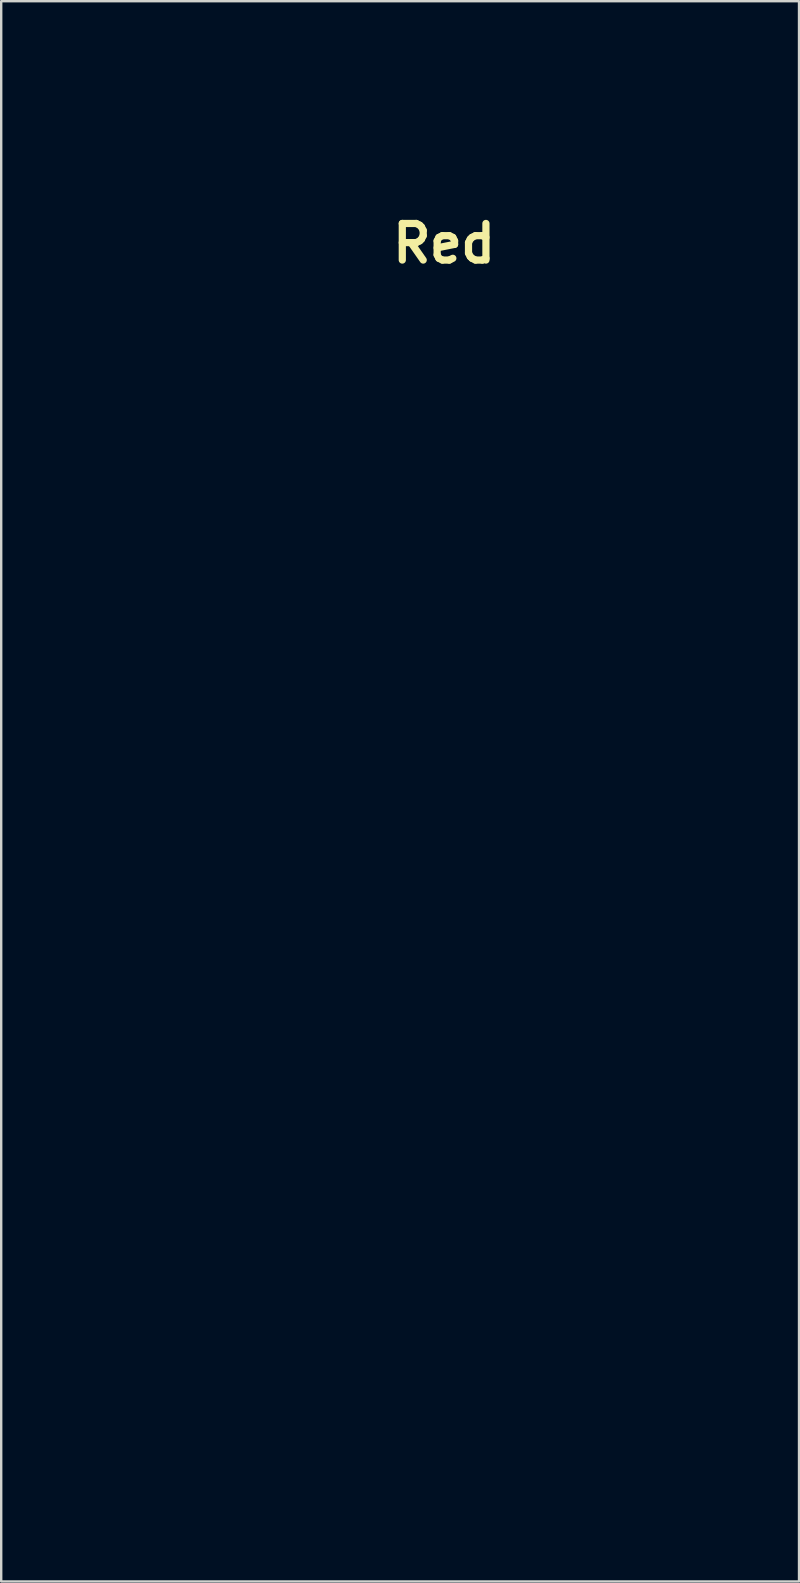
<source format=kicad_pcb>
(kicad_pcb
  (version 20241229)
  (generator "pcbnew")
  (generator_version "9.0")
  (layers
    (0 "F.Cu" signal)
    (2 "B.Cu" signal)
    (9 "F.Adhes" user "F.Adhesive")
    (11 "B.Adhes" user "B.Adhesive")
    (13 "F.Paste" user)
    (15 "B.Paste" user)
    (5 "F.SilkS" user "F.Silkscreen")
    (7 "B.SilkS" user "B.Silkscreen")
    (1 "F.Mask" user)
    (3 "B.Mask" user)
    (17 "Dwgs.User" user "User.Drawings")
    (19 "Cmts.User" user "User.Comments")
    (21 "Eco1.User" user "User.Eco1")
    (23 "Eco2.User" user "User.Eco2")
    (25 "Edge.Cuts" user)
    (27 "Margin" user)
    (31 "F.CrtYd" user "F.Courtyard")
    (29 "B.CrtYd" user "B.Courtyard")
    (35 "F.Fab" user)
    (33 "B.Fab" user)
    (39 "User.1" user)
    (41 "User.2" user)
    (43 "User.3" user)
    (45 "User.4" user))
  (footprint "Red"
    (layer "F.Cu")
    (at 15.45 7.093)
    (property "Reference" "Red" (at 0 0 0) (layer "F.SilkS") (effects (font (size 1.524 1.524) (thickness 0.3))))
    (attr through_hole)
    (fp_poly (pts (xy 8.411 -6.914) (xy 8.861 -6.73) (xy 9.322 -6.419) (xy 9.801 -6.005) (xy 10.535 -5.415) (xy 11.283 -4.998) (xy 11.732 -4.829) (xy 11.779 -4.78) (xy 11.708 -4.692) (xy 11.501 -4.549) (xy 11.141 -4.341) (xy 10.817 -4.164) (xy 10.386 -3.934) (xy 10.02 -3.745) (xy 9.756 -3.614) (xy 9.629 -3.56) (xy 9.627 -3.56) (xy 9.581 -3.648) (xy 9.553 -3.875) (xy 9.55 -3.998) (xy 9.461 -4.509) (xy 9.189 -4.943) (xy 8.729 -5.307) (xy 8.541 -5.41) (xy 7.92 -5.633) (xy 7.312 -5.684) (xy 6.746 -5.576) (xy 6.251 -5.322) (xy 5.856 -4.937) (xy 5.591 -4.433) (xy 5.498 -4.013) (xy 5.436 -3.458) (xy 4.928 -3.749) (xy 4.608 -3.95) (xy 4.338 -4.151) (xy 4.227 -4.254) (xy 4.12 -4.388) (xy 4.099 -4.505) (xy 4.174 -4.671) (xy 4.322 -4.901) (xy 4.675 -5.373) (xy 5.103 -5.851) (xy 5.551 -6.281) (xy 5.966 -6.608) (xy 6.083 -6.682) (xy 6.402 -6.837) (xy 6.758 -6.931) (xy 7.227 -6.984) (xy 7.33 -6.99) (xy 7.919 -6.994) (xy 8.411 -6.914)) (stroke (width 0.01) (type solid)) (fill yes) (layer "F.Mask"))
    (fp_poly (pts (xy -10.748 -7.068) (xy -10.125 -6.91) (xy -9.539 -6.599) (xy -8.967 -6.123) (xy -8.384 -5.468) (xy -8.14 -5.149) (xy -7.917 -4.84) (xy -7.803 -4.645) (xy -7.78 -4.52) (xy -7.834 -4.415) (xy -7.88 -4.362) (xy -8.046 -4.215) (xy -8.302 -4.023) (xy -8.591 -3.825) (xy -8.855 -3.66) (xy -9.039 -3.565) (xy -9.077 -3.556) (xy -9.121 -3.645) (xy -9.143 -3.866) (xy -9.144 -3.915) (xy -9.239 -4.46) (xy -9.504 -4.948) (xy -9.905 -5.351) (xy -10.411 -5.638) (xy -10.99 -5.781) (xy -11.189 -5.791) (xy -11.563 -5.735) (xy -12.009 -5.588) (xy -12.438 -5.384) (xy -12.618 -5.269) (xy -12.876 -5.009) (xy -13.095 -4.657) (xy -13.239 -4.284) (xy -13.276 -3.961) (xy -13.266 -3.903) (xy -13.256 -3.709) (xy -13.318 -3.658) (xy -13.448 -3.703) (xy -13.716 -3.828) (xy -14.084 -4.012) (xy -14.507 -4.234) (xy -14.957 -4.478) (xy -15.248 -4.647) (xy -15.403 -4.758) (xy -15.445 -4.831) (xy -15.395 -4.883) (xy -15.335 -4.91) (xy -14.722 -5.18) (xy -14.227 -5.465) (xy -13.769 -5.816) (xy -13.503 -6.056) (xy -13.035 -6.472) (xy -12.644 -6.758) (xy -12.276 -6.938) (xy -11.88 -7.04) (xy -11.43 -7.088) (xy -10.748 -7.068)) (stroke (width 0.01) (type solid)) (fill yes) (layer "F.Mask"))
    (fp_poly (pts (xy -6.134 9.984) (xy -5.89 10.055) (xy -5.552 10.168) (xy -5.466 10.199) (xy -4.119 10.582) (xy -2.753 10.779) (xy -1.392 10.789) (xy -0.063 10.611) (xy 0.728 10.407) (xy 0.917 10.453) (xy 1.148 10.684) (xy 1.157 10.694) (xy 1.415 11.034) (xy 1.061 11.974) (xy 0.54 13.567) (xy 0.206 15.082) (xy 0.058 16.518) (xy 0.096 17.879) (xy 0.098 17.901) (xy 0.166 18.452) (xy 0.261 19.009) (xy 0.391 19.601) (xy 0.564 20.26) (xy 0.789 21.015) (xy 1.073 21.899) (xy 1.424 22.94) (xy 1.425 22.94) (xy 1.773 23.989) (xy 2.047 24.887) (xy 2.252 25.67) (xy 2.396 26.373) (xy 2.487 27.03) (xy 2.532 27.677) (xy 2.54 28.138) (xy 2.524 28.793) (xy 2.471 29.422) (xy 2.374 30.055) (xy 2.224 30.722) (xy 2.015 31.452) (xy 1.738 32.275) (xy 1.386 33.22) (xy 0.952 34.317) (xy 0.942 34.341) (xy 0.536 35.377) (xy 0.119 36.503) (xy -0.293 37.673) (xy -0.685 38.841) (xy -1.042 39.96) (xy -1.348 40.985) (xy -1.585 41.858) (xy -1.718 42.399) (xy -1.812 42.834) (xy -1.873 43.221) (xy -1.908 43.619) (xy -1.925 44.088) (xy -1.929 44.687) (xy -1.929 44.855) (xy -1.845 46.784) (xy -1.596 48.621) (xy -1.176 50.401) (xy -0.77 51.65) (xy -0.62 52.067) (xy -0.5 52.407) (xy -0.425 52.628) (xy -0.406 52.692) (xy -0.489 52.726) (xy -0.557 52.73) (xy -0.68 52.657) (xy -0.899 52.457) (xy -1.18 52.163) (xy -1.446 51.86) (xy -2.313 50.784) (xy -3.112 49.689) (xy -3.827 48.601) (xy -4.444 47.544) (xy -4.947 46.544) (xy -5.323 45.627) (xy -5.535 44.907) (xy -5.619 44.376) (xy -5.668 43.703) (xy -5.683 42.948) (xy -5.663 42.169) (xy -5.608 41.425) (xy -5.539 40.894) (xy -5.452 40.394) (xy -5.351 39.906) (xy -5.23 39.399) (xy -5.078 38.84) (xy -4.888 38.199) (xy -4.649 37.442) (xy -4.354 36.539) (xy -4.224 36.147) (xy -3.989 35.428) (xy -3.759 34.701) (xy -3.549 34.014) (xy -3.373 33.41) (xy -3.243 32.938) (xy -3.213 32.817) (xy -2.923 31.383) (xy -2.781 30.067) (xy -2.792 28.843) (xy -2.958 27.687) (xy -3.284 26.573) (xy -3.774 25.476) (xy -4.431 24.37) (xy -4.525 24.231) (xy -4.819 23.798) (xy -5.134 23.334) (xy -5.404 22.935) (xy -5.414 22.92) (xy -5.793 22.295) (xy -6.172 21.562) (xy -6.516 20.795) (xy -6.789 20.071) (xy -6.899 19.71) (xy -7.102 18.822) (xy -7.232 17.918) (xy -7.287 16.973) (xy -7.275 16.414) (xy -4.409 16.414) (xy -4.409 16.967) (xy -4.4 17.648) (xy -4.377 18.176) (xy -4.336 18.603) (xy -4.272 18.979) (xy -4.183 19.34) (xy -3.888 20.215) (xy -3.452 21.206) (xy -2.883 22.293) (xy -2.358 23.189) (xy -1.822 24.085) (xy -1.397 24.855) (xy -1.072 25.533) (xy -0.833 26.154) (xy -0.669 26.754) (xy -0.568 27.367) (xy -0.519 28.029) (xy -0.508 28.626) (xy -0.52 29.235) (xy -0.559 29.815) (xy -0.633 30.398) (xy -0.748 31.016) (xy -0.91 31.7) (xy -1.127 32.481) (xy -1.404 33.391) (xy -1.726 34.392) (xy -2.086 35.504) (xy -2.379 36.448) (xy -2.613 37.244) (xy -2.792 37.915) (xy -2.923 38.482) (xy -2.993 38.844) (xy -3.028 39.153) (xy -3.05 39.562) (xy -3.059 40.019) (xy -3.056 40.471) (xy -3.041 40.867) (xy -3.013 41.155) (xy -2.982 41.272) (xy -2.911 41.288) (xy -2.844 41.135) (xy -2.789 40.848) (xy -2.758 40.462) (xy -2.755 40.399) (xy -2.701 39.852) (xy -2.571 39.135) (xy -2.367 38.263) (xy -2.094 37.252) (xy -1.756 36.118) (xy -1.358 34.876) (xy -1.27 34.612) (xy -0.913 33.537) (xy -0.621 32.625) (xy -0.387 31.849) (xy -0.205 31.182) (xy -0.07 30.595) (xy 0.026 30.062) (xy 0.088 29.555) (xy 0.122 29.047) (xy 0.135 28.511) (xy 0.136 28.397) (xy 0.123 27.725) (xy 0.075 27.12) (xy -0.019 26.55) (xy -0.171 25.986) (xy -0.392 25.397) (xy -0.691 24.751) (xy -1.081 24.019) (xy -1.571 23.168) (xy -1.891 22.633) (xy -2.224 22.07) (xy -2.539 21.518) (xy -2.812 21.019) (xy -3.019 20.616) (xy -3.122 20.393) (xy -3.579 19.022) (xy -3.843 17.609) (xy -3.915 16.176) (xy -3.795 14.746) (xy -3.481 13.341) (xy -3.121 12.319) (xy -3.002 12.003) (xy -2.937 11.775) (xy -2.941 11.684) (xy -2.943 11.684) (xy -3.04 11.774) (xy -3.187 12.018) (xy -3.368 12.38) (xy -3.566 12.822) (xy -3.765 13.307) (xy -3.948 13.797) (xy -4.099 14.255) (xy -4.138 14.391) (xy -4.248 14.805) (xy -4.324 15.161) (xy -4.372 15.512) (xy -4.399 15.911) (xy -4.409 16.414) (xy -7.275 16.414) (xy -7.266 15.96) (xy -7.169 14.852) (xy -6.995 13.624) (xy -6.741 12.249) (xy -6.581 11.481) (xy -6.468 10.961) (xy -6.369 10.517) (xy -6.292 10.184) (xy -6.245 9.997) (xy -6.236 9.97) (xy -6.134 9.984)) (stroke (width 0.01) (type solid)) (fill yes) (layer "F.Mask")))
  (gr_rect
    (start -3 -3)
    (end 30.234 62.828)
    (stroke (width 0.1) (type default))
    (fill no)
    (layer "Edge.Cuts")))
</source>
